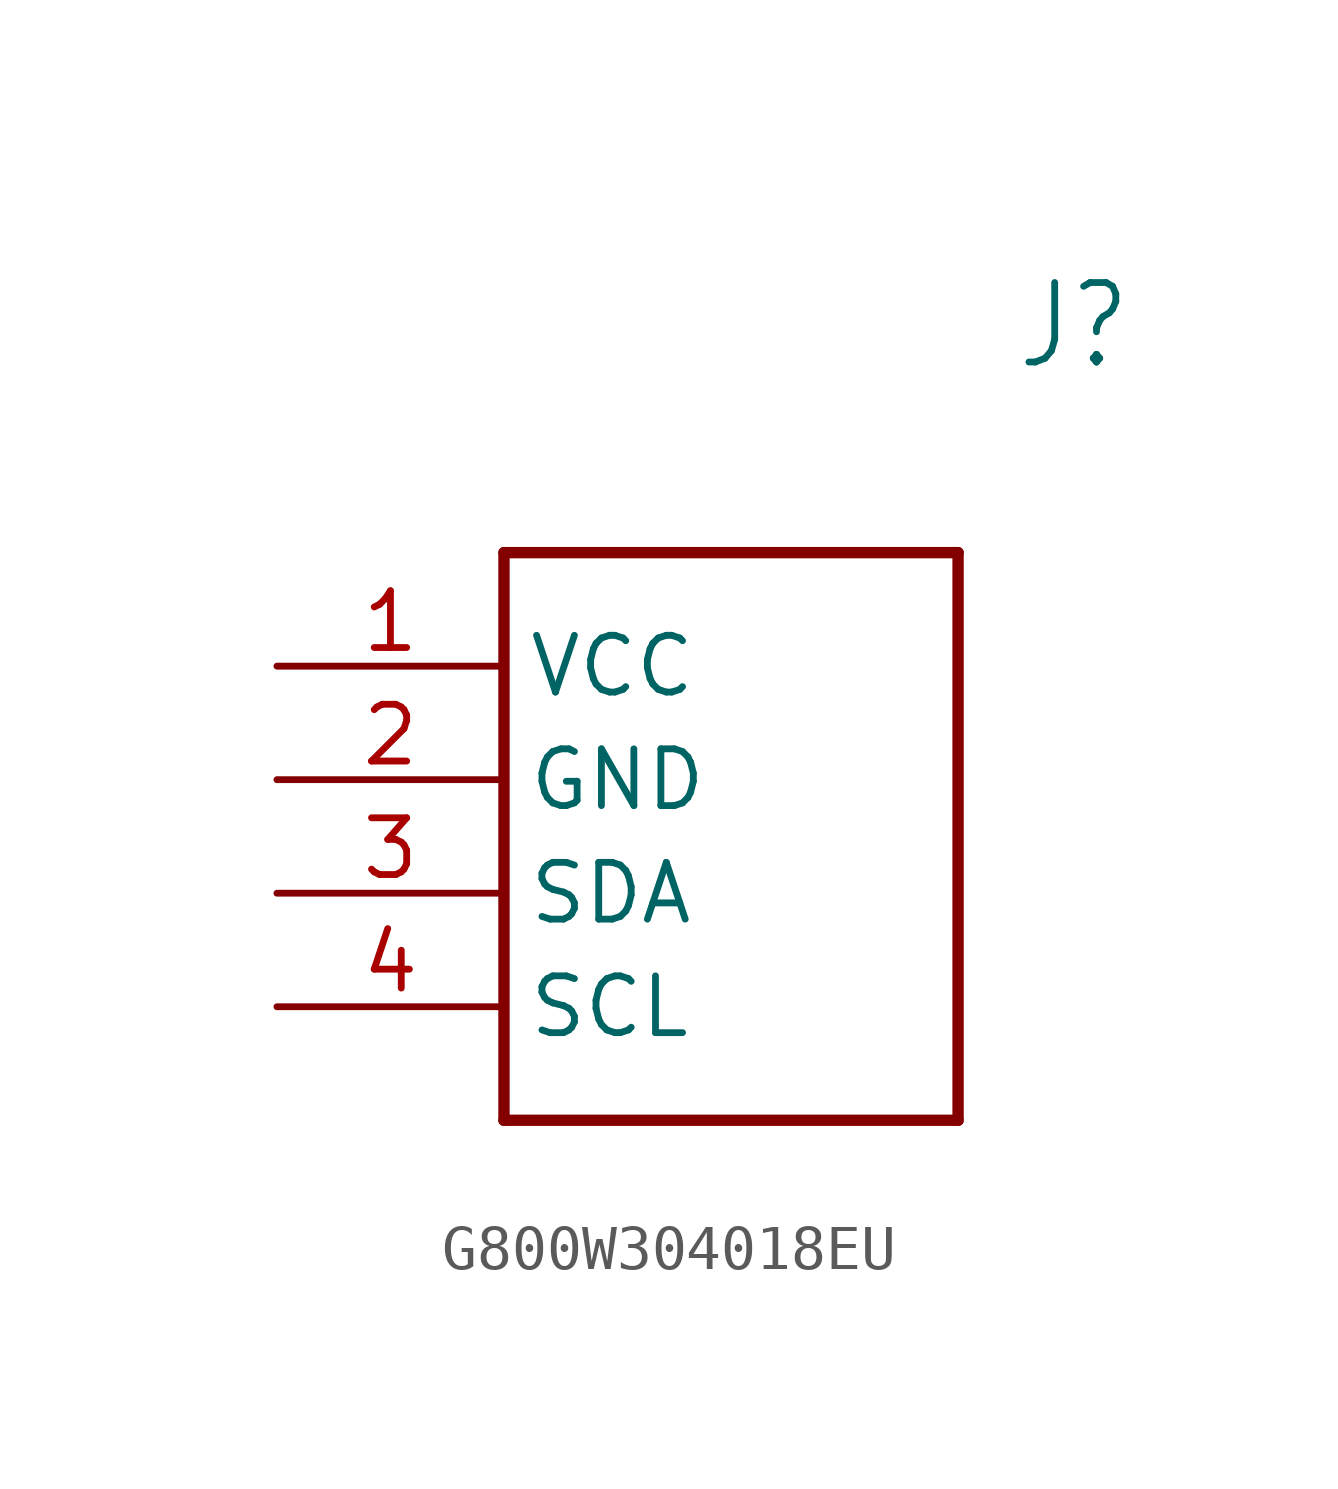
<source format=kicad_sym>
(kicad_symbol_lib
  (version 20220914)
  (generator kicad_symbol_editor)
  (symbol "G800W304018EU"
    (property "Reference" "J"
      (at 16.51 7.62 0)
      (effects (font (size 1.778 1.511)) (justify left)))
    (property "Value" ""
      (at 16.51 5.08 0)
      (effects (font (size 1.778 1.511)) (justify left)))
    (property "ki_locked" ""
      (at 0 0 0)
      (effects (font (size 1.27 1.27))))
    (symbol "G800W304018EU_1_0"
      (polyline (pts (xy 5.08 2.54) (xy 5.08 -10.16)) (stroke (width 0.254) (type solid)) (fill (type none)))
      (polyline (pts (xy 5.08 2.54) (xy 15.24 2.54)) (stroke (width 0.254) (type solid)) (fill (type none)))
      (polyline (pts (xy 15.24 -10.16) (xy 5.08 -10.16)) (stroke (width 0.254) (type solid)) (fill (type none)))
      (polyline (pts (xy 15.24 -10.16) (xy 15.24 2.54)) (stroke (width 0.254) (type solid)) (fill (type none)))
      (pin bidirectional line (at 0 0 0) (length 5.08) (name "VCC" (effects (font (size 1.27 1.27)))) (number "1" (effects (font (size 1.27 1.27)))))
      (pin bidirectional line (at 0 -2.54 0) (length 5.08) (name "GND" (effects (font (size 1.27 1.27)))) (number "2" (effects (font (size 1.27 1.27)))))
      (pin bidirectional line (at 0 -5.08 0) (length 5.08) (name "SDA" (effects (font (size 1.27 1.27)))) (number "3" (effects (font (size 1.27 1.27)))))
      (pin bidirectional line (at 0 -7.62 0) (length 5.08) (name "SCL" (effects (font (size 1.27 1.27)))) (number "4" (effects (font (size 1.27 1.27))))))))
</source>
